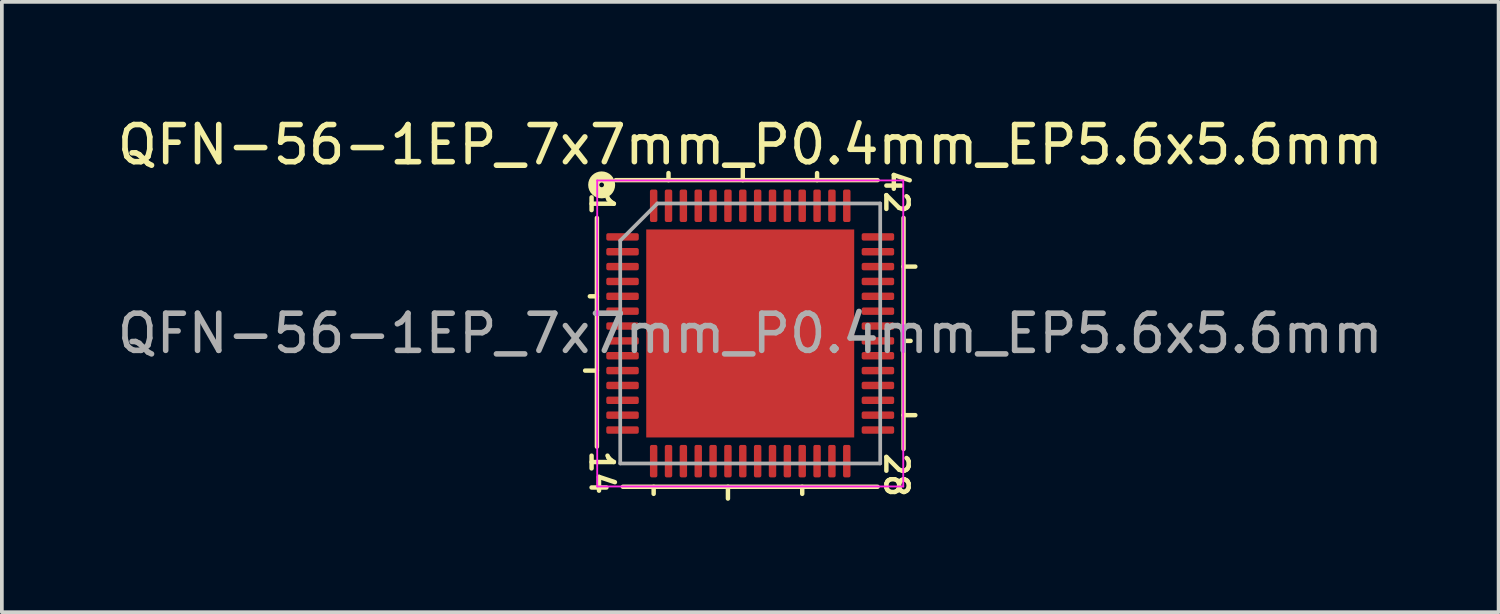
<source format=kicad_pcb>
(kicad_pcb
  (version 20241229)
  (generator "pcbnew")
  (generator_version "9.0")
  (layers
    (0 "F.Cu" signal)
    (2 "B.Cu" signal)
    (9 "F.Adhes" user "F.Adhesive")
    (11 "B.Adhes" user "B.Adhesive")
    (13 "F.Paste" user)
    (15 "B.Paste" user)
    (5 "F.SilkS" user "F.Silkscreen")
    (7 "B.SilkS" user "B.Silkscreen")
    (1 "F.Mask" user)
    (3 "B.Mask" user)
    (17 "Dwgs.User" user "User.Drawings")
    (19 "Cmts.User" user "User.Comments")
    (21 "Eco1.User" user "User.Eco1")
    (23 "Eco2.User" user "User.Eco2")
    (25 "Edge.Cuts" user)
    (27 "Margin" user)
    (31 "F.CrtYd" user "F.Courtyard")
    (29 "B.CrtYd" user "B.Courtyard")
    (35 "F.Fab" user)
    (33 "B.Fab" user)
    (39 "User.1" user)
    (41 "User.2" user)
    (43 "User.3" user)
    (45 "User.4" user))
  (footprint "QFN-56-1EP_7x7mm_P0.4mm_EP5.6x5.6mm"
    (layer "F.Cu")
    (at 17.149 5.928)
    (property "Reference" "QFN-56-1EP_7x7mm_P0.4mm_EP5.6x5.6mm" (at 0 -5.08 0) (layer "F.SilkS") (effects (font (size 1 1) (thickness 0.15))))
    (attr smd)
    (fp_line (start -4.128 -3.111) (end -4.128 3.048) (stroke (width 0.12) (type solid)) (layer "F.SilkS"))
    (fp_line (start -4.128 -1) (end -4.318 -1) (stroke (width 0.12) (type solid)) (layer "F.SilkS"))
    (fp_line (start -4.128 1) (end -4.445 1) (stroke (width 0.12) (type solid)) (layer "F.SilkS"))
    (fp_line (start -3.429 4.128) (end 3.429 4.128) (stroke (width 0.12) (type solid)) (layer "F.SilkS"))
    (fp_line (start -2.6 4.128) (end -2.6 4.318) (stroke (width 0.12) (type solid)) (layer "F.SilkS"))
    (fp_line (start -2.2 -4.128) (end -2.2 -4.318) (stroke (width 0.12) (type solid)) (layer "F.SilkS"))
    (fp_line (start -0.6 4.128) (end -0.6 4.445) (stroke (width 0.12) (type solid)) (layer "F.SilkS"))
    (fp_line (start -0.2 -4.128) (end -0.2 -4.445) (stroke (width 0.12) (type solid)) (layer "F.SilkS"))
    (fp_line (start 1.4 4.128) (end 1.4 4.318) (stroke (width 0.12) (type solid)) (layer "F.SilkS"))
    (fp_line (start 1.8 -4.128) (end 1.8 -4.318) (stroke (width 0.12) (type solid)) (layer "F.SilkS"))
    (fp_line (start 3.429 -4.128) (end -3.619 -4.128) (stroke (width 0.12) (type solid)) (layer "F.SilkS"))
    (fp_line (start 4.128 -1.8) (end 4.445 -1.8) (stroke (width 0.12) (type solid)) (layer "F.SilkS"))
    (fp_line (start 4.128 0.2) (end 4.318 0.2) (stroke (width 0.12) (type solid)) (layer "F.SilkS"))
    (fp_line (start 4.128 2.2) (end 4.445 2.2) (stroke (width 0.12) (type solid)) (layer "F.SilkS"))
    (fp_line (start 4.128 3.111) (end 4.128 -3.111) (stroke (width 0.12) (type solid)) (layer "F.SilkS"))
    (fp_circle (center -4 -4) (end -3.937 -4) (stroke (width 0.3) (type solid)) (fill no) (layer "F.SilkS"))
    (fp_line (start -4.12 -4.12) (end -4.12 4.12) (stroke (width 0.05) (type solid)) (layer "F.CrtYd"))
    (fp_line (start -4.12 4.12) (end 4.12 4.12) (stroke (width 0.05) (type solid)) (layer "F.CrtYd"))
    (fp_line (start 4.12 -4.12) (end -4.12 -4.12) (stroke (width 0.05) (type solid)) (layer "F.CrtYd"))
    (fp_line (start 4.12 4.12) (end 4.12 -4.12) (stroke (width 0.05) (type solid)) (layer "F.CrtYd"))
    (fp_line (start -3.5 -2.5) (end -2.5 -3.5) (stroke (width 0.1) (type solid)) (layer "F.Fab"))
    (fp_line (start -3.5 3.5) (end -3.5 -2.5) (stroke (width 0.1) (type solid)) (layer "F.Fab"))
    (fp_line (start -2.5 -3.5) (end 3.5 -3.5) (stroke (width 0.1) (type solid)) (layer "F.Fab"))
    (fp_line (start 3.5 -3.5) (end 3.5 3.5) (stroke (width 0.1) (type solid)) (layer "F.Fab"))
    (fp_line (start 3.5 3.5) (end -3.5 3.5) (stroke (width 0.1) (type solid)) (layer "F.Fab"))
    (fp_text user "42" (at 3.937 -3.81 270) (unlocked yes) (layer "F.SilkS") (effects (font (size 0.6 0.6) (thickness 0.12))))
    (fp_text user "14" (at -4 3.747 270) (unlocked yes) (layer "F.SilkS") (effects (font (size 0.6 0.6) (thickness 0.12))))
    (fp_text user "28" (at 3.937 3.81 270) (unlocked yes) (layer "F.SilkS") (effects (font (size 0.6 0.6) (thickness 0.12))))
    (fp_text user "1" (at -4 -3.493 270) (unlocked yes) (layer "F.SilkS") (effects (font (size 0.6 0.6) (thickness 0.12))))
    (fp_text user "${REFERENCE}" (at 0 0 0) (layer "F.Fab") (effects (font (size 1 1) (thickness 0.15))))
    (pad "" smd roundrect (at -2.1 -2.1) (size 1.13 1.13) (layers "F.Paste") (roundrect_rratio 0.221))
    (pad "" smd roundrect (at -2.1 -0.7) (size 1.13 1.13) (layers "F.Paste") (roundrect_rratio 0.221))
    (pad "" smd roundrect (at -2.1 0.7) (size 1.13 1.13) (layers "F.Paste") (roundrect_rratio 0.221))
    (pad "" smd roundrect (at -2.1 2.1) (size 1.13 1.13) (layers "F.Paste") (roundrect_rratio 0.221))
    (pad "" smd roundrect (at -0.7 -2.1) (size 1.13 1.13) (layers "F.Paste") (roundrect_rratio 0.221))
    (pad "" smd roundrect (at -0.7 -0.7) (size 1.13 1.13) (layers "F.Paste") (roundrect_rratio 0.221))
    (pad "" smd roundrect (at -0.7 0.7) (size 1.13 1.13) (layers "F.Paste") (roundrect_rratio 0.221))
    (pad "" smd roundrect (at -0.7 2.1) (size 1.13 1.13) (layers "F.Paste") (roundrect_rratio 0.221))
    (pad "" smd roundrect (at 0.7 -2.1) (size 1.13 1.13) (layers "F.Paste") (roundrect_rratio 0.221))
    (pad "" smd roundrect (at 0.7 -0.7) (size 1.13 1.13) (layers "F.Paste") (roundrect_rratio 0.221))
    (pad "" smd roundrect (at 0.7 0.7) (size 1.13 1.13) (layers "F.Paste") (roundrect_rratio 0.221))
    (pad "" smd roundrect (at 0.7 2.1) (size 1.13 1.13) (layers "F.Paste") (roundrect_rratio 0.221))
    (pad "" smd roundrect (at 2.1 -2.1) (size 1.13 1.13) (layers "F.Paste") (roundrect_rratio 0.221))
    (pad "" smd roundrect (at 2.1 -0.7) (size 1.13 1.13) (layers "F.Paste") (roundrect_rratio 0.221))
    (pad "" smd roundrect (at 2.1 0.7) (size 1.13 1.13) (layers "F.Paste") (roundrect_rratio 0.221))
    (pad "" smd roundrect (at 2.1 2.1) (size 1.13 1.13) (layers "F.Paste") (roundrect_rratio 0.221))
    (pad "1" smd roundrect (at -3.438 -2.6) (size 0.875 0.2) (layers "F.Cu" "F.Mask" "F.Paste") (roundrect_rratio 0.25))
    (pad "2" smd roundrect (at -3.438 -2.2) (size 0.875 0.2) (layers "F.Cu" "F.Mask" "F.Paste") (roundrect_rratio 0.25))
    (pad "3" smd roundrect (at -3.438 -1.8) (size 0.875 0.2) (layers "F.Cu" "F.Mask" "F.Paste") (roundrect_rratio 0.25))
    (pad "4" smd roundrect (at -3.438 -1.4) (size 0.875 0.2) (layers "F.Cu" "F.Mask" "F.Paste") (roundrect_rratio 0.25))
    (pad "5" smd roundrect (at -3.438 -1) (size 0.875 0.2) (layers "F.Cu" "F.Mask" "F.Paste") (roundrect_rratio 0.25))
    (pad "6" smd roundrect (at -3.438 -0.6) (size 0.875 0.2) (layers "F.Cu" "F.Mask" "F.Paste") (roundrect_rratio 0.25))
    (pad "7" smd roundrect (at -3.438 -0.2) (size 0.875 0.2) (layers "F.Cu" "F.Mask" "F.Paste") (roundrect_rratio 0.25))
    (pad "8" smd roundrect (at -3.438 0.2) (size 0.875 0.2) (layers "F.Cu" "F.Mask" "F.Paste") (roundrect_rratio 0.25))
    (pad "9" smd roundrect (at -3.438 0.6) (size 0.875 0.2) (layers "F.Cu" "F.Mask" "F.Paste") (roundrect_rratio 0.25))
    (pad "10" smd roundrect (at -3.438 1) (size 0.875 0.2) (layers "F.Cu" "F.Mask" "F.Paste") (roundrect_rratio 0.25))
    (pad "11" smd roundrect (at -3.438 1.4) (size 0.875 0.2) (layers "F.Cu" "F.Mask" "F.Paste") (roundrect_rratio 0.25))
    (pad "12" smd roundrect (at -3.438 1.8) (size 0.875 0.2) (layers "F.Cu" "F.Mask" "F.Paste") (roundrect_rratio 0.25))
    (pad "13" smd roundrect (at -3.438 2.2) (size 0.875 0.2) (layers "F.Cu" "F.Mask" "F.Paste") (roundrect_rratio 0.25))
    (pad "14" smd roundrect (at -3.438 2.6) (size 0.875 0.2) (layers "F.Cu" "F.Mask" "F.Paste") (roundrect_rratio 0.25))
    (pad "15" smd roundrect (at -2.6 3.438) (size 0.2 0.875) (layers "F.Cu" "F.Mask" "F.Paste") (roundrect_rratio 0.25))
    (pad "16" smd roundrect (at -2.2 3.438) (size 0.2 0.875) (layers "F.Cu" "F.Mask" "F.Paste") (roundrect_rratio 0.25))
    (pad "17" smd roundrect (at -1.8 3.438) (size 0.2 0.875) (layers "F.Cu" "F.Mask" "F.Paste") (roundrect_rratio 0.25))
    (pad "18" smd roundrect (at -1.4 3.438) (size 0.2 0.875) (layers "F.Cu" "F.Mask" "F.Paste") (roundrect_rratio 0.25))
    (pad "19" smd roundrect (at -1 3.438) (size 0.2 0.875) (layers "F.Cu" "F.Mask" "F.Paste") (roundrect_rratio 0.25))
    (pad "20" smd roundrect (at -0.6 3.438) (size 0.2 0.875) (layers "F.Cu" "F.Mask" "F.Paste") (roundrect_rratio 0.25))
    (pad "21" smd roundrect (at -0.2 3.438) (size 0.2 0.875) (layers "F.Cu" "F.Mask" "F.Paste") (roundrect_rratio 0.25))
    (pad "22" smd roundrect (at 0.2 3.438) (size 0.2 0.875) (layers "F.Cu" "F.Mask" "F.Paste") (roundrect_rratio 0.25))
    (pad "23" smd roundrect (at 0.6 3.438) (size 0.2 0.875) (layers "F.Cu" "F.Mask" "F.Paste") (roundrect_rratio 0.25))
    (pad "24" smd roundrect (at 1 3.438) (size 0.2 0.875) (layers "F.Cu" "F.Mask" "F.Paste") (roundrect_rratio 0.25))
    (pad "25" smd roundrect (at 1.4 3.438) (size 0.2 0.875) (layers "F.Cu" "F.Mask" "F.Paste") (roundrect_rratio 0.25))
    (pad "26" smd roundrect (at 1.8 3.438) (size 0.2 0.875) (layers "F.Cu" "F.Mask" "F.Paste") (roundrect_rratio 0.25))
    (pad "27" smd roundrect (at 2.2 3.438) (size 0.2 0.875) (layers "F.Cu" "F.Mask" "F.Paste") (roundrect_rratio 0.25))
    (pad "28" smd roundrect (at 2.6 3.438) (size 0.2 0.875) (layers "F.Cu" "F.Mask" "F.Paste") (roundrect_rratio 0.25))
    (pad "29" smd roundrect (at 3.438 2.6) (size 0.875 0.2) (layers "F.Cu" "F.Mask" "F.Paste") (roundrect_rratio 0.25))
    (pad "30" smd roundrect (at 3.438 2.2) (size 0.875 0.2) (layers "F.Cu" "F.Mask" "F.Paste") (roundrect_rratio 0.25))
    (pad "31" smd roundrect (at 3.438 1.8) (size 0.875 0.2) (layers "F.Cu" "F.Mask" "F.Paste") (roundrect_rratio 0.25))
    (pad "32" smd roundrect (at 3.438 1.4) (size 0.875 0.2) (layers "F.Cu" "F.Mask" "F.Paste") (roundrect_rratio 0.25))
    (pad "33" smd roundrect (at 3.438 1) (size 0.875 0.2) (layers "F.Cu" "F.Mask" "F.Paste") (roundrect_rratio 0.25))
    (pad "34" smd roundrect (at 3.438 0.6) (size 0.875 0.2) (layers "F.Cu" "F.Mask" "F.Paste") (roundrect_rratio 0.25))
    (pad "35" smd roundrect (at 3.438 0.2) (size 0.875 0.2) (layers "F.Cu" "F.Mask" "F.Paste") (roundrect_rratio 0.25))
    (pad "36" smd roundrect (at 3.438 -0.2) (size 0.875 0.2) (layers "F.Cu" "F.Mask" "F.Paste") (roundrect_rratio 0.25))
    (pad "37" smd roundrect (at 3.438 -0.6) (size 0.875 0.2) (layers "F.Cu" "F.Mask" "F.Paste") (roundrect_rratio 0.25))
    (pad "38" smd roundrect (at 3.438 -1) (size 0.875 0.2) (layers "F.Cu" "F.Mask" "F.Paste") (roundrect_rratio 0.25))
    (pad "39" smd roundrect (at 3.438 -1.4) (size 0.875 0.2) (layers "F.Cu" "F.Mask" "F.Paste") (roundrect_rratio 0.25))
    (pad "40" smd roundrect (at 3.438 -1.8) (size 0.875 0.2) (layers "F.Cu" "F.Mask" "F.Paste") (roundrect_rratio 0.25))
    (pad "41" smd roundrect (at 3.438 -2.2) (size 0.875 0.2) (layers "F.Cu" "F.Mask" "F.Paste") (roundrect_rratio 0.25))
    (pad "42" smd roundrect (at 3.438 -2.6) (size 0.875 0.2) (layers "F.Cu" "F.Mask" "F.Paste") (roundrect_rratio 0.25))
    (pad "43" smd roundrect (at 2.6 -3.438) (size 0.2 0.875) (layers "F.Cu" "F.Mask" "F.Paste") (roundrect_rratio 0.25))
    (pad "44" smd roundrect (at 2.2 -3.438) (size 0.2 0.875) (layers "F.Cu" "F.Mask" "F.Paste") (roundrect_rratio 0.25))
    (pad "45" smd roundrect (at 1.8 -3.438) (size 0.2 0.875) (layers "F.Cu" "F.Mask" "F.Paste") (roundrect_rratio 0.25))
    (pad "46" smd roundrect (at 1.4 -3.438) (size 0.2 0.875) (layers "F.Cu" "F.Mask" "F.Paste") (roundrect_rratio 0.25))
    (pad "47" smd roundrect (at 1 -3.438) (size 0.2 0.875) (layers "F.Cu" "F.Mask" "F.Paste") (roundrect_rratio 0.25))
    (pad "48" smd roundrect (at 0.6 -3.438) (size 0.2 0.875) (layers "F.Cu" "F.Mask" "F.Paste") (roundrect_rratio 0.25))
    (pad "49" smd roundrect (at 0.2 -3.438) (size 0.2 0.875) (layers "F.Cu" "F.Mask" "F.Paste") (roundrect_rratio 0.25))
    (pad "50" smd roundrect (at -0.2 -3.438) (size 0.2 0.875) (layers "F.Cu" "F.Mask" "F.Paste") (roundrect_rratio 0.25))
    (pad "51" smd roundrect (at -0.6 -3.438) (size 0.2 0.875) (layers "F.Cu" "F.Mask" "F.Paste") (roundrect_rratio 0.25))
    (pad "52" smd roundrect (at -1 -3.438) (size 0.2 0.875) (layers "F.Cu" "F.Mask" "F.Paste") (roundrect_rratio 0.25))
    (pad "53" smd roundrect (at -1.4 -3.438) (size 0.2 0.875) (layers "F.Cu" "F.Mask" "F.Paste") (roundrect_rratio 0.25))
    (pad "54" smd roundrect (at -1.8 -3.438) (size 0.2 0.875) (layers "F.Cu" "F.Mask" "F.Paste") (roundrect_rratio 0.25))
    (pad "55" smd roundrect (at -2.2 -3.438) (size 0.2 0.875) (layers "F.Cu" "F.Mask" "F.Paste") (roundrect_rratio 0.25))
    (pad "56" smd roundrect (at -2.6 -3.438) (size 0.2 0.875) (layers "F.Cu" "F.Mask" "F.Paste") (roundrect_rratio 0.25))
    (pad "57" smd rect (at 0 0) (size 5.6 5.6) (layers "F.Cu" "F.Mask")))
  (gr_rect
    (start -3 -3)
    (end 37.298 13.433)
    (stroke (width 0.1) (type default))
    (fill no)
    (layer "Edge.Cuts")))
</source>
